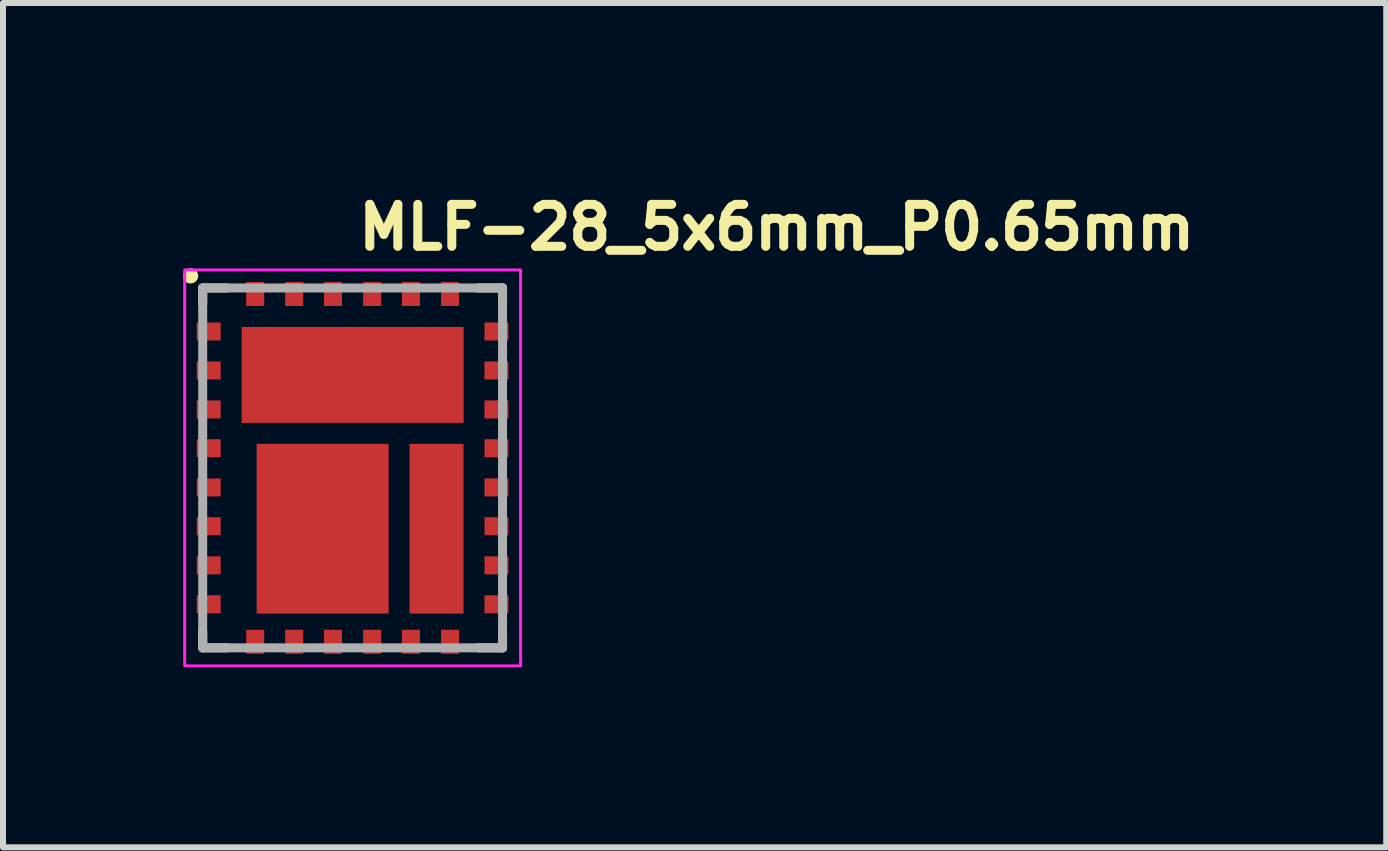
<source format=kicad_pcb>
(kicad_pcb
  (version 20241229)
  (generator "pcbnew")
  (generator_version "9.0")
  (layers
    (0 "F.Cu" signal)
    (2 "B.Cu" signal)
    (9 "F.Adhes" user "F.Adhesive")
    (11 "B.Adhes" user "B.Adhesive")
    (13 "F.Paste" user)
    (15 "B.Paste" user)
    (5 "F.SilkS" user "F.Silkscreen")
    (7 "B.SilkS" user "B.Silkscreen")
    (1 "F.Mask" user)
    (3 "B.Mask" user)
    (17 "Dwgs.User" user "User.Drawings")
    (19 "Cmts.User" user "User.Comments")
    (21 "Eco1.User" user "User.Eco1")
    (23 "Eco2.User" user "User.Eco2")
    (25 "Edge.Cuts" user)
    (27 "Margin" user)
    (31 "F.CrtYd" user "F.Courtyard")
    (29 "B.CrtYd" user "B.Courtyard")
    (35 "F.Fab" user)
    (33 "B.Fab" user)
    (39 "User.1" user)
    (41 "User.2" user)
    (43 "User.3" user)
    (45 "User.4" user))
  (footprint "MLF-28_5x6mm_P0.65mm"
    (layer "F.Cu")
    (at 2.829 4.751)
    (property "Reference" "MLF-28_5x6mm_P0.65mm" (at 0.021 -3.601 0) (layer "F.SilkS") (effects (font (size 0.7 0.7) (thickness 0.15)) (justify left bottom)))
    (attr smd)
    (fp_line (start -2.5 -3) (end -2.09 -3) (stroke (width 0.15) (type solid)) (layer "F.SilkS"))
    (fp_line (start -2.5 -2.73) (end -2.5 -3) (stroke (width 0.15) (type solid)) (layer "F.SilkS"))
    (fp_line (start -2.5 2.999) (end -2.5 2.729) (stroke (width 0.15) (type solid)) (layer "F.SilkS"))
    (fp_line (start -2.5 2.999) (end -2.09 2.999) (stroke (width 0.15) (type solid)) (layer "F.SilkS"))
    (fp_line (start 2.088 -3) (end 2.499 -3) (stroke (width 0.15) (type solid)) (layer "F.SilkS"))
    (fp_line (start 2.088 2.999) (end 2.499 2.999) (stroke (width 0.15) (type solid)) (layer "F.SilkS"))
    (fp_line (start 2.499 -2.73) (end 2.499 -3) (stroke (width 0.15) (type solid)) (layer "F.SilkS"))
    (fp_line (start 2.499 2.999) (end 2.499 2.729) (stroke (width 0.15) (type solid)) (layer "F.SilkS"))
    (fp_circle (center -2.702 -3.202) (end -2.65 -3.202) (stroke (width 0.15) (type solid)) (fill yes) (layer "F.SilkS"))
    (fp_poly (pts (xy -1.651 -2.15) (xy -0.103 -2.15) (xy -0.103 -0.951) (xy -1.651 -0.951)) (stroke (width 0.01) (type solid)) (fill yes) (layer "F.Paste"))
    (fp_poly (pts (xy -1.555 -0.198) (xy -0.755 -0.198) (xy -0.755 0.915) (xy -1.555 0.915)) (stroke (width 0.01) (type solid)) (fill yes) (layer "F.Paste"))
    (fp_poly (pts (xy -1.555 1.114) (xy -0.755 1.114) (xy -0.755 2.225) (xy -1.555 2.225)) (stroke (width 0.01) (type solid)) (fill yes) (layer "F.Paste"))
    (fp_poly (pts (xy -0.245 -0.198) (xy 0.555 -0.198) (xy 0.555 0.915) (xy -0.245 0.915)) (stroke (width 0.01) (type solid)) (fill yes) (layer "F.Paste"))
    (fp_poly (pts (xy -0.245 1.114) (xy 0.555 1.114) (xy 0.555 2.225) (xy -0.245 2.225)) (stroke (width 0.01) (type solid)) (fill yes) (layer "F.Paste"))
    (fp_poly (pts (xy 0.1 -2.15) (xy 1.648 -2.15) (xy 1.648 -0.951) (xy 0.1 -0.951)) (stroke (width 0.01) (type solid)) (fill yes) (layer "F.Paste"))
    (fp_poly (pts (xy 1.148 -0.198) (xy 1.648 -0.198) (xy 1.648 0.915) (xy 1.148 0.915)) (stroke (width 0.01) (type solid)) (fill yes) (layer "F.Paste"))
    (fp_poly (pts (xy 1.148 1.114) (xy 1.648 1.114) (xy 1.648 2.225) (xy 1.148 2.225)) (stroke (width 0.01) (type solid)) (fill yes) (layer "F.Paste"))
    (fp_rect (start -2.8 -3.3) (end 2.8 3.3) (stroke (width 0.05) (type solid)) (fill no) (layer "F.CrtYd"))
    (fp_line (start -2.5 -3) (end 2.499 -3) (stroke (width 0.15) (type solid)) (layer "F.Fab"))
    (fp_line (start -2.5 2.999) (end -2.5 -3) (stroke (width 0.15) (type solid)) (layer "F.Fab"))
    (fp_line (start 2.499 -3) (end 2.499 2.999) (stroke (width 0.15) (type solid)) (layer "F.Fab"))
    (fp_line (start 2.499 2.999) (end -2.5 2.999) (stroke (width 0.15) (type solid)) (layer "F.Fab"))
    (fp_rect (start -2.5 -3) (end 2.499 2.999) (stroke (width 0.1) (type solid)) (fill no) (layer "User.5"))
    (fp_line (start -2.5 -3) (end -2.5 2.999) (stroke (width 0.02) (type solid)) (layer "User.9"))
    (fp_line (start -2.5 2.999) (end 2.499 2.999) (stroke (width 0.02) (type solid)) (layer "User.9"))
    (fp_line (start -2.105 -2.316) (end -2.105 -2.308) (stroke (width 0.02) (type solid)) (layer "User.9"))
    (fp_line (start -2.105 -2.316) (end -2.105 -2.308) (stroke (width 0.02) (type solid)) (layer "User.9"))
    (fp_line (start -2.105 -2.308) (end -2.105 -2.308) (stroke (width 0.02) (type solid)) (layer "User.9"))
    (fp_line (start -2.105 -2.308) (end -2.105 -2.308) (stroke (width 0.02) (type solid)) (layer "User.9"))
    (fp_line (start -2.105 -2.308) (end -2.105 -2.299) (stroke (width 0.02) (type solid)) (layer "User.9"))
    (fp_line (start -2.105 -2.308) (end -2.105 -2.299) (stroke (width 0.02) (type solid)) (layer "User.9"))
    (fp_line (start -2.105 -2.299) (end -2.104 -2.291) (stroke (width 0.02) (type solid)) (layer "User.9"))
    (fp_line (start -2.105 -2.299) (end -2.104 -2.291) (stroke (width 0.02) (type solid)) (layer "User.9"))
    (fp_line (start -2.104 -2.326) (end -2.105 -2.316) (stroke (width 0.02) (type solid)) (layer "User.9"))
    (fp_line (start -2.104 -2.326) (end -2.105 -2.316) (stroke (width 0.02) (type solid)) (layer "User.9"))
    (fp_line (start -2.104 -2.291) (end -2.102 -2.282) (stroke (width 0.02) (type solid)) (layer "User.9"))
    (fp_line (start -2.104 -2.291) (end -2.102 -2.282) (stroke (width 0.02) (type solid)) (layer "User.9"))
    (fp_line (start -2.102 -2.334) (end -2.104 -2.326) (stroke (width 0.02) (type solid)) (layer "User.9"))
    (fp_line (start -2.102 -2.334) (end -2.104 -2.326) (stroke (width 0.02) (type solid)) (layer "User.9"))
    (fp_line (start -2.102 -2.282) (end -2.101 -2.274) (stroke (width 0.02) (type solid)) (layer "User.9"))
    (fp_line (start -2.102 -2.282) (end -2.101 -2.274) (stroke (width 0.02) (type solid)) (layer "User.9"))
    (fp_line (start -2.101 -2.342) (end -2.102 -2.334) (stroke (width 0.02) (type solid)) (layer "User.9"))
    (fp_line (start -2.101 -2.342) (end -2.102 -2.334) (stroke (width 0.02) (type solid)) (layer "User.9"))
    (fp_line (start -2.101 -2.274) (end -2.1 -2.266) (stroke (width 0.02) (type solid)) (layer "User.9"))
    (fp_line (start -2.101 -2.274) (end -2.1 -2.266) (stroke (width 0.02) (type solid)) (layer "User.9"))
    (fp_line (start -2.1 -2.351) (end -2.101 -2.342) (stroke (width 0.02) (type solid)) (layer "User.9"))
    (fp_line (start -2.1 -2.351) (end -2.101 -2.342) (stroke (width 0.02) (type solid)) (layer "User.9"))
    (fp_line (start -2.1 -2.266) (end -2.097 -2.258) (stroke (width 0.02) (type solid)) (layer "User.9"))
    (fp_line (start -2.1 -2.266) (end -2.097 -2.258) (stroke (width 0.02) (type solid)) (layer "User.9"))
    (fp_line (start -2.097 -2.359) (end -2.1 -2.351) (stroke (width 0.02) (type solid)) (layer "User.9"))
    (fp_line (start -2.097 -2.359) (end -2.1 -2.351) (stroke (width 0.02) (type solid)) (layer "User.9"))
    (fp_line (start -2.097 -2.258) (end -2.094 -2.25) (stroke (width 0.02) (type solid)) (layer "User.9"))
    (fp_line (start -2.097 -2.258) (end -2.094 -2.25) (stroke (width 0.02) (type solid)) (layer "User.9"))
    (fp_line (start -2.094 -2.366) (end -2.097 -2.359) (stroke (width 0.02) (type solid)) (layer "User.9"))
    (fp_line (start -2.094 -2.366) (end -2.097 -2.359) (stroke (width 0.02) (type solid)) (layer "User.9"))
    (fp_line (start -2.094 -2.25) (end -2.092 -2.243) (stroke (width 0.02) (type solid)) (layer "User.9"))
    (fp_line (start -2.094 -2.25) (end -2.092 -2.243) (stroke (width 0.02) (type solid)) (layer "User.9"))
    (fp_line (start -2.092 -2.374) (end -2.094 -2.366) (stroke (width 0.02) (type solid)) (layer "User.9"))
    (fp_line (start -2.092 -2.374) (end -2.094 -2.366) (stroke (width 0.02) (type solid)) (layer "User.9"))
    (fp_line (start -2.092 -2.243) (end -2.089 -2.235) (stroke (width 0.02) (type solid)) (layer "User.9"))
    (fp_line (start -2.092 -2.243) (end -2.089 -2.235) (stroke (width 0.02) (type solid)) (layer "User.9"))
    (fp_line (start -2.089 -2.38) (end -2.092 -2.374) (stroke (width 0.02) (type solid)) (layer "User.9"))
    (fp_line (start -2.089 -2.38) (end -2.092 -2.374) (stroke (width 0.02) (type solid)) (layer "User.9"))
    (fp_line (start -2.089 -2.235) (end -2.085 -2.229) (stroke (width 0.02) (type solid)) (layer "User.9"))
    (fp_line (start -2.089 -2.235) (end -2.085 -2.229) (stroke (width 0.02) (type solid)) (layer "User.9"))
    (fp_line (start -2.085 -2.388) (end -2.089 -2.38) (stroke (width 0.02) (type solid)) (layer "User.9"))
    (fp_line (start -2.085 -2.388) (end -2.089 -2.38) (stroke (width 0.02) (type solid)) (layer "User.9"))
    (fp_line (start -2.085 -2.229) (end -2.081 -2.222) (stroke (width 0.02) (type solid)) (layer "User.9"))
    (fp_line (start -2.085 -2.229) (end -2.081 -2.222) (stroke (width 0.02) (type solid)) (layer "User.9"))
    (fp_line (start -2.081 -2.395) (end -2.085 -2.388) (stroke (width 0.02) (type solid)) (layer "User.9"))
    (fp_line (start -2.081 -2.395) (end -2.085 -2.388) (stroke (width 0.02) (type solid)) (layer "User.9"))
    (fp_line (start -2.081 -2.222) (end -2.077 -2.214) (stroke (width 0.02) (type solid)) (layer "User.9"))
    (fp_line (start -2.081 -2.222) (end -2.077 -2.214) (stroke (width 0.02) (type solid)) (layer "User.9"))
    (fp_line (start -2.077 -2.402) (end -2.081 -2.395) (stroke (width 0.02) (type solid)) (layer "User.9"))
    (fp_line (start -2.077 -2.402) (end -2.081 -2.395) (stroke (width 0.02) (type solid)) (layer "User.9"))
    (fp_line (start -2.077 -2.214) (end -2.072 -2.207) (stroke (width 0.02) (type solid)) (layer "User.9"))
    (fp_line (start -2.077 -2.214) (end -2.072 -2.207) (stroke (width 0.02) (type solid)) (layer "User.9"))
    (fp_line (start -2.072 -2.408) (end -2.077 -2.402) (stroke (width 0.02) (type solid)) (layer "User.9"))
    (fp_line (start -2.072 -2.408) (end -2.077 -2.402) (stroke (width 0.02) (type solid)) (layer "User.9"))
    (fp_line (start -2.072 -2.207) (end -2.066 -2.202) (stroke (width 0.02) (type solid)) (layer "User.9"))
    (fp_line (start -2.072 -2.207) (end -2.066 -2.202) (stroke (width 0.02) (type solid)) (layer "User.9"))
    (fp_line (start -2.066 -2.415) (end -2.072 -2.408) (stroke (width 0.02) (type solid)) (layer "User.9"))
    (fp_line (start -2.066 -2.415) (end -2.072 -2.408) (stroke (width 0.02) (type solid)) (layer "User.9"))
    (fp_line (start -2.066 -2.202) (end -2.061 -2.195) (stroke (width 0.02) (type solid)) (layer "User.9"))
    (fp_line (start -2.066 -2.202) (end -2.061 -2.195) (stroke (width 0.02) (type solid)) (layer "User.9"))
    (fp_line (start -2.061 -2.42) (end -2.066 -2.415) (stroke (width 0.02) (type solid)) (layer "User.9"))
    (fp_line (start -2.061 -2.42) (end -2.066 -2.415) (stroke (width 0.02) (type solid)) (layer "User.9"))
    (fp_line (start -2.061 -2.195) (end -2.056 -2.19) (stroke (width 0.02) (type solid)) (layer "User.9"))
    (fp_line (start -2.061 -2.195) (end -2.056 -2.19) (stroke (width 0.02) (type solid)) (layer "User.9"))
    (fp_line (start -2.056 -2.427) (end -2.061 -2.42) (stroke (width 0.02) (type solid)) (layer "User.9"))
    (fp_line (start -2.056 -2.427) (end -2.061 -2.42) (stroke (width 0.02) (type solid)) (layer "User.9"))
    (fp_line (start -2.056 -2.19) (end -2.05 -2.185) (stroke (width 0.02) (type solid)) (layer "User.9"))
    (fp_line (start -2.056 -2.19) (end -2.05 -2.185) (stroke (width 0.02) (type solid)) (layer "User.9"))
    (fp_line (start -2.05 -2.432) (end -2.056 -2.427) (stroke (width 0.02) (type solid)) (layer "User.9"))
    (fp_line (start -2.05 -2.432) (end -2.056 -2.427) (stroke (width 0.02) (type solid)) (layer "User.9"))
    (fp_line (start -2.05 -2.185) (end -2.044 -2.178) (stroke (width 0.02) (type solid)) (layer "User.9"))
    (fp_line (start -2.05 -2.185) (end -2.044 -2.178) (stroke (width 0.02) (type solid)) (layer "User.9"))
    (fp_line (start -2.044 -2.437) (end -2.05 -2.432) (stroke (width 0.02) (type solid)) (layer "User.9"))
    (fp_line (start -2.044 -2.437) (end -2.05 -2.432) (stroke (width 0.02) (type solid)) (layer "User.9"))
    (fp_line (start -2.044 -2.178) (end -2.037 -2.173) (stroke (width 0.02) (type solid)) (layer "User.9"))
    (fp_line (start -2.044 -2.178) (end -2.037 -2.173) (stroke (width 0.02) (type solid)) (layer "User.9"))
    (fp_line (start -2.037 -2.443) (end -2.044 -2.437) (stroke (width 0.02) (type solid)) (layer "User.9"))
    (fp_line (start -2.037 -2.443) (end -2.044 -2.437) (stroke (width 0.02) (type solid)) (layer "User.9"))
    (fp_line (start -2.037 -2.173) (end -2.032 -2.169) (stroke (width 0.02) (type solid)) (layer "User.9"))
    (fp_line (start -2.037 -2.173) (end -2.032 -2.169) (stroke (width 0.02) (type solid)) (layer "User.9"))
    (fp_line (start -2.032 -2.448) (end -2.037 -2.443) (stroke (width 0.02) (type solid)) (layer "User.9"))
    (fp_line (start -2.032 -2.448) (end -2.037 -2.443) (stroke (width 0.02) (type solid)) (layer "User.9"))
    (fp_line (start -2.032 -2.169) (end -2.024 -2.165) (stroke (width 0.02) (type solid)) (layer "User.9"))
    (fp_line (start -2.032 -2.169) (end -2.024 -2.165) (stroke (width 0.02) (type solid)) (layer "User.9"))
    (fp_line (start -2.024 -2.452) (end -2.032 -2.448) (stroke (width 0.02) (type solid)) (layer "User.9"))
    (fp_line (start -2.024 -2.452) (end -2.032 -2.448) (stroke (width 0.02) (type solid)) (layer "User.9"))
    (fp_line (start -2.024 -2.165) (end -2.017 -2.161) (stroke (width 0.02) (type solid)) (layer "User.9"))
    (fp_line (start -2.024 -2.165) (end -2.017 -2.161) (stroke (width 0.02) (type solid)) (layer "User.9"))
    (fp_line (start -2.017 -2.456) (end -2.024 -2.452) (stroke (width 0.02) (type solid)) (layer "User.9"))
    (fp_line (start -2.017 -2.456) (end -2.024 -2.452) (stroke (width 0.02) (type solid)) (layer "User.9"))
    (fp_line (start -2.017 -2.161) (end -2.011 -2.157) (stroke (width 0.02) (type solid)) (layer "User.9"))
    (fp_line (start -2.017 -2.161) (end -2.011 -2.157) (stroke (width 0.02) (type solid)) (layer "User.9"))
    (fp_line (start -2.011 -2.46) (end -2.017 -2.456) (stroke (width 0.02) (type solid)) (layer "User.9"))
    (fp_line (start -2.011 -2.46) (end -2.017 -2.456) (stroke (width 0.02) (type solid)) (layer "User.9"))
    (fp_line (start -2.011 -2.157) (end -2.003 -2.153) (stroke (width 0.02) (type solid)) (layer "User.9"))
    (fp_line (start -2.011 -2.157) (end -2.003 -2.153) (stroke (width 0.02) (type solid)) (layer "User.9"))
    (fp_line (start -2.003 -2.463) (end -2.011 -2.46) (stroke (width 0.02) (type solid)) (layer "User.9"))
    (fp_line (start -2.003 -2.463) (end -2.011 -2.46) (stroke (width 0.02) (type solid)) (layer "User.9"))
    (fp_line (start -2.003 -2.153) (end -1.996 -2.15) (stroke (width 0.02) (type solid)) (layer "User.9"))
    (fp_line (start -2.003 -2.153) (end -1.996 -2.15) (stroke (width 0.02) (type solid)) (layer "User.9"))
    (fp_line (start -1.996 -2.465) (end -2.003 -2.463) (stroke (width 0.02) (type solid)) (layer "User.9"))
    (fp_line (start -1.996 -2.465) (end -2.003 -2.463) (stroke (width 0.02) (type solid)) (layer "User.9"))
    (fp_line (start -1.996 -2.15) (end -1.988 -2.149) (stroke (width 0.02) (type solid)) (layer "User.9"))
    (fp_line (start -1.996 -2.15) (end -1.988 -2.149) (stroke (width 0.02) (type solid)) (layer "User.9"))
    (fp_line (start -1.988 -2.468) (end -1.996 -2.465) (stroke (width 0.02) (type solid)) (layer "User.9"))
    (fp_line (start -1.988 -2.468) (end -1.996 -2.465) (stroke (width 0.02) (type solid)) (layer "User.9"))
    (fp_line (start -1.988 -2.149) (end -1.98 -2.145) (stroke (width 0.02) (type solid)) (layer "User.9"))
    (fp_line (start -1.988 -2.149) (end -1.98 -2.145) (stroke (width 0.02) (type solid)) (layer "User.9"))
    (fp_line (start -1.98 -2.471) (end -1.988 -2.468) (stroke (width 0.02) (type solid)) (layer "User.9"))
    (fp_line (start -1.98 -2.471) (end -1.988 -2.468) (stroke (width 0.02) (type solid)) (layer "User.9"))
    (fp_line (start -1.98 -2.145) (end -1.972 -2.144) (stroke (width 0.02) (type solid)) (layer "User.9"))
    (fp_line (start -1.98 -2.145) (end -1.972 -2.144) (stroke (width 0.02) (type solid)) (layer "User.9"))
    (fp_line (start -1.972 -2.472) (end -1.98 -2.471) (stroke (width 0.02) (type solid)) (layer "User.9"))
    (fp_line (start -1.972 -2.472) (end -1.98 -2.471) (stroke (width 0.02) (type solid)) (layer "User.9"))
    (fp_line (start -1.972 -2.144) (end -1.964 -2.142) (stroke (width 0.02) (type solid)) (layer "User.9"))
    (fp_line (start -1.972 -2.144) (end -1.964 -2.142) (stroke (width 0.02) (type solid)) (layer "User.9"))
    (fp_line (start -1.964 -2.475) (end -1.972 -2.472) (stroke (width 0.02) (type solid)) (layer "User.9"))
    (fp_line (start -1.964 -2.475) (end -1.972 -2.472) (stroke (width 0.02) (type solid)) (layer "User.9"))
    (fp_line (start -1.964 -2.142) (end -1.954 -2.141) (stroke (width 0.02) (type solid)) (layer "User.9"))
    (fp_line (start -1.964 -2.142) (end -1.954 -2.141) (stroke (width 0.02) (type solid)) (layer "User.9"))
    (fp_line (start -1.954 -2.476) (end -1.964 -2.475) (stroke (width 0.02) (type solid)) (layer "User.9"))
    (fp_line (start -1.954 -2.476) (end -1.964 -2.475) (stroke (width 0.02) (type solid)) (layer "User.9"))
    (fp_line (start -1.954 -2.141) (end -1.946 -2.141) (stroke (width 0.02) (type solid)) (layer "User.9"))
    (fp_line (start -1.954 -2.141) (end -1.946 -2.141) (stroke (width 0.02) (type solid)) (layer "User.9"))
    (fp_line (start -1.946 -2.476) (end -1.954 -2.476) (stroke (width 0.02) (type solid)) (layer "User.9"))
    (fp_line (start -1.946 -2.476) (end -1.954 -2.476) (stroke (width 0.02) (type solid)) (layer "User.9"))
    (fp_line (start -1.946 -2.141) (end -1.938 -2.141) (stroke (width 0.02) (type solid)) (layer "User.9"))
    (fp_line (start -1.946 -2.141) (end -1.938 -2.141) (stroke (width 0.02) (type solid)) (layer "User.9"))
    (fp_line (start -1.938 -2.476) (end -1.946 -2.476) (stroke (width 0.02) (type solid)) (layer "User.9"))
    (fp_line (start -1.938 -2.476) (end -1.946 -2.476) (stroke (width 0.02) (type solid)) (layer "User.9"))
    (fp_line (start -1.938 -2.141) (end -1.928 -2.141) (stroke (width 0.02) (type solid)) (layer "User.9"))
    (fp_line (start -1.938 -2.141) (end -1.928 -2.141) (stroke (width 0.02) (type solid)) (layer "User.9"))
    (fp_line (start -1.928 -2.476) (end -1.938 -2.476) (stroke (width 0.02) (type solid)) (layer "User.9"))
    (fp_line (start -1.928 -2.476) (end -1.938 -2.476) (stroke (width 0.02) (type solid)) (layer "User.9"))
    (fp_line (start -1.928 -2.141) (end -1.92 -2.141) (stroke (width 0.02) (type solid)) (layer "User.9"))
    (fp_line (start -1.928 -2.141) (end -1.92 -2.141) (stroke (width 0.02) (type solid)) (layer "User.9"))
    (fp_line (start -1.92 -2.476) (end -1.928 -2.476) (stroke (width 0.02) (type solid)) (layer "User.9"))
    (fp_line (start -1.92 -2.476) (end -1.928 -2.476) (stroke (width 0.02) (type solid)) (layer "User.9"))
    (fp_line (start -1.92 -2.141) (end -1.913 -2.142) (stroke (width 0.02) (type solid)) (layer "User.9"))
    (fp_line (start -1.92 -2.141) (end -1.913 -2.142) (stroke (width 0.02) (type solid)) (layer "User.9"))
    (fp_line (start -1.913 -2.475) (end -1.92 -2.476) (stroke (width 0.02) (type solid)) (layer "User.9"))
    (fp_line (start -1.913 -2.475) (end -1.92 -2.476) (stroke (width 0.02) (type solid)) (layer "User.9"))
    (fp_line (start -1.913 -2.142) (end -1.903 -2.144) (stroke (width 0.02) (type solid)) (layer "User.9"))
    (fp_line (start -1.913 -2.142) (end -1.903 -2.144) (stroke (width 0.02) (type solid)) (layer "User.9"))
    (fp_line (start -1.903 -2.472) (end -1.913 -2.475) (stroke (width 0.02) (type solid)) (layer "User.9"))
    (fp_line (start -1.903 -2.472) (end -1.913 -2.475) (stroke (width 0.02) (type solid)) (layer "User.9"))
    (fp_line (start -1.903 -2.144) (end -1.895 -2.145) (stroke (width 0.02) (type solid)) (layer "User.9"))
    (fp_line (start -1.903 -2.144) (end -1.895 -2.145) (stroke (width 0.02) (type solid)) (layer "User.9"))
    (fp_line (start -1.895 -2.471) (end -1.903 -2.472) (stroke (width 0.02) (type solid)) (layer "User.9"))
    (fp_line (start -1.895 -2.471) (end -1.903 -2.472) (stroke (width 0.02) (type solid)) (layer "User.9"))
    (fp_line (start -1.895 -2.145) (end -1.887 -2.149) (stroke (width 0.02) (type solid)) (layer "User.9"))
    (fp_line (start -1.895 -2.145) (end -1.887 -2.149) (stroke (width 0.02) (type solid)) (layer "User.9"))
    (fp_line (start -1.887 -2.468) (end -1.895 -2.471) (stroke (width 0.02) (type solid)) (layer "User.9"))
    (fp_line (start -1.887 -2.468) (end -1.895 -2.471) (stroke (width 0.02) (type solid)) (layer "User.9"))
    (fp_line (start -1.887 -2.149) (end -1.881 -2.15) (stroke (width 0.02) (type solid)) (layer "User.9"))
    (fp_line (start -1.887 -2.149) (end -1.881 -2.15) (stroke (width 0.02) (type solid)) (layer "User.9"))
    (fp_line (start -1.881 -2.465) (end -1.887 -2.468) (stroke (width 0.02) (type solid)) (layer "User.9"))
    (fp_line (start -1.881 -2.465) (end -1.887 -2.468) (stroke (width 0.02) (type solid)) (layer "User.9"))
    (fp_line (start -1.881 -2.15) (end -1.873 -2.153) (stroke (width 0.02) (type solid)) (layer "User.9"))
    (fp_line (start -1.881 -2.15) (end -1.873 -2.153) (stroke (width 0.02) (type solid)) (layer "User.9"))
    (fp_line (start -1.873 -2.463) (end -1.881 -2.465) (stroke (width 0.02) (type solid)) (layer "User.9"))
    (fp_line (start -1.873 -2.463) (end -1.881 -2.465) (stroke (width 0.02) (type solid)) (layer "User.9"))
    (fp_line (start -1.873 -2.153) (end -1.865 -2.157) (stroke (width 0.02) (type solid)) (layer "User.9"))
    (fp_line (start -1.873 -2.153) (end -1.865 -2.157) (stroke (width 0.02) (type solid)) (layer "User.9"))
    (fp_line (start -1.865 -2.46) (end -1.873 -2.463) (stroke (width 0.02) (type solid)) (layer "User.9"))
    (fp_line (start -1.865 -2.46) (end -1.873 -2.463) (stroke (width 0.02) (type solid)) (layer "User.9"))
    (fp_line (start -1.865 -2.157) (end -1.857 -2.161) (stroke (width 0.02) (type solid)) (layer "User.9"))
    (fp_line (start -1.865 -2.157) (end -1.857 -2.161) (stroke (width 0.02) (type solid)) (layer "User.9"))
    (fp_line (start -1.857 -2.456) (end -1.865 -2.46) (stroke (width 0.02) (type solid)) (layer "User.9"))
    (fp_line (start -1.857 -2.456) (end -1.865 -2.46) (stroke (width 0.02) (type solid)) (layer "User.9"))
    (fp_line (start -1.857 -2.161) (end -1.851 -2.165) (stroke (width 0.02) (type solid)) (layer "User.9"))
    (fp_line (start -1.857 -2.161) (end -1.851 -2.165) (stroke (width 0.02) (type solid)) (layer "User.9"))
    (fp_line (start -1.851 -2.452) (end -1.857 -2.456) (stroke (width 0.02) (type solid)) (layer "User.9"))
    (fp_line (start -1.851 -2.452) (end -1.857 -2.456) (stroke (width 0.02) (type solid)) (layer "User.9"))
    (fp_line (start -1.851 -2.165) (end -1.845 -2.169) (stroke (width 0.02) (type solid)) (layer "User.9"))
    (fp_line (start -1.851 -2.165) (end -1.845 -2.169) (stroke (width 0.02) (type solid)) (layer "User.9"))
    (fp_line (start -1.845 -2.448) (end -1.851 -2.452) (stroke (width 0.02) (type solid)) (layer "User.9"))
    (fp_line (start -1.845 -2.448) (end -1.851 -2.452) (stroke (width 0.02) (type solid)) (layer "User.9"))
    (fp_line (start -1.845 -2.169) (end -1.837 -2.173) (stroke (width 0.02) (type solid)) (layer "User.9"))
    (fp_line (start -1.845 -2.169) (end -1.837 -2.173) (stroke (width 0.02) (type solid)) (layer "User.9"))
    (fp_line (start -1.837 -2.443) (end -1.845 -2.448) (stroke (width 0.02) (type solid)) (layer "User.9"))
    (fp_line (start -1.837 -2.443) (end -1.845 -2.448) (stroke (width 0.02) (type solid)) (layer "User.9"))
    (fp_line (start -1.837 -2.173) (end -1.831 -2.178) (stroke (width 0.02) (type solid)) (layer "User.9"))
    (fp_line (start -1.837 -2.173) (end -1.831 -2.178) (stroke (width 0.02) (type solid)) (layer "User.9"))
    (fp_line (start -1.831 -2.437) (end -1.837 -2.443) (stroke (width 0.02) (type solid)) (layer "User.9"))
    (fp_line (start -1.831 -2.437) (end -1.837 -2.443) (stroke (width 0.02) (type solid)) (layer "User.9"))
    (fp_line (start -1.831 -2.178) (end -1.825 -2.185) (stroke (width 0.02) (type solid)) (layer "User.9"))
    (fp_line (start -1.831 -2.178) (end -1.825 -2.185) (stroke (width 0.02) (type solid)) (layer "User.9"))
    (fp_line (start -1.825 -2.432) (end -1.831 -2.437) (stroke (width 0.02) (type solid)) (layer "User.9"))
    (fp_line (start -1.825 -2.432) (end -1.831 -2.437) (stroke (width 0.02) (type solid)) (layer "User.9"))
    (fp_line (start -1.825 -2.185) (end -1.819 -2.19) (stroke (width 0.02) (type solid)) (layer "User.9"))
    (fp_line (start -1.825 -2.185) (end -1.819 -2.19) (stroke (width 0.02) (type solid)) (layer "User.9"))
    (fp_line (start -1.819 -2.427) (end -1.825 -2.432) (stroke (width 0.02) (type solid)) (layer "User.9"))
    (fp_line (start -1.819 -2.427) (end -1.825 -2.432) (stroke (width 0.02) (type solid)) (layer "User.9"))
    (fp_line (start -1.819 -2.19) (end -1.813 -2.195) (stroke (width 0.02) (type solid)) (layer "User.9"))
    (fp_line (start -1.819 -2.19) (end -1.813 -2.195) (stroke (width 0.02) (type solid)) (layer "User.9"))
    (fp_line (start -1.813 -2.42) (end -1.819 -2.427) (stroke (width 0.02) (type solid)) (layer "User.9"))
    (fp_line (start -1.813 -2.42) (end -1.819 -2.427) (stroke (width 0.02) (type solid)) (layer "User.9"))
    (fp_line (start -1.813 -2.195) (end -1.809 -2.202) (stroke (width 0.02) (type solid)) (layer "User.9"))
    (fp_line (start -1.813 -2.195) (end -1.809 -2.202) (stroke (width 0.02) (type solid)) (layer "User.9"))
    (fp_line (start -1.809 -2.415) (end -1.813 -2.42) (stroke (width 0.02) (type solid)) (layer "User.9"))
    (fp_line (start -1.809 -2.415) (end -1.813 -2.42) (stroke (width 0.02) (type solid)) (layer "User.9"))
    (fp_line (start -1.809 -2.202) (end -1.803 -2.207) (stroke (width 0.02) (type solid)) (layer "User.9"))
    (fp_line (start -1.809 -2.202) (end -1.803 -2.207) (stroke (width 0.02) (type solid)) (layer "User.9"))
    (fp_line (start -1.803 -2.408) (end -1.809 -2.415) (stroke (width 0.02) (type solid)) (layer "User.9"))
    (fp_line (start -1.803 -2.408) (end -1.809 -2.415) (stroke (width 0.02) (type solid)) (layer "User.9"))
    (fp_line (start -1.803 -2.207) (end -1.799 -2.214) (stroke (width 0.02) (type solid)) (layer "User.9"))
    (fp_line (start -1.803 -2.207) (end -1.799 -2.214) (stroke (width 0.02) (type solid)) (layer "User.9"))
    (fp_line (start -1.799 -2.402) (end -1.803 -2.408) (stroke (width 0.02) (type solid)) (layer "User.9"))
    (fp_line (start -1.799 -2.402) (end -1.803 -2.408) (stroke (width 0.02) (type solid)) (layer "User.9"))
    (fp_line (start -1.799 -2.214) (end -1.795 -2.222) (stroke (width 0.02) (type solid)) (layer "User.9"))
    (fp_line (start -1.799 -2.214) (end -1.795 -2.222) (stroke (width 0.02) (type solid)) (layer "User.9"))
    (fp_line (start -1.795 -2.395) (end -1.799 -2.402) (stroke (width 0.02) (type solid)) (layer "User.9"))
    (fp_line (start -1.795 -2.395) (end -1.799 -2.402) (stroke (width 0.02) (type solid)) (layer "User.9"))
    (fp_line (start -1.795 -2.222) (end -1.79 -2.229) (stroke (width 0.02) (type solid)) (layer "User.9"))
    (fp_line (start -1.795 -2.222) (end -1.79 -2.229) (stroke (width 0.02) (type solid)) (layer "User.9"))
    (fp_line (start -1.79 -2.388) (end -1.795 -2.395) (stroke (width 0.02) (type solid)) (layer "User.9"))
    (fp_line (start -1.79 -2.388) (end -1.795 -2.395) (stroke (width 0.02) (type solid)) (layer "User.9"))
    (fp_line (start -1.79 -2.229) (end -1.786 -2.235) (stroke (width 0.02) (type solid)) (layer "User.9"))
    (fp_line (start -1.79 -2.229) (end -1.786 -2.235) (stroke (width 0.02) (type solid)) (layer "User.9"))
    (fp_line (start -1.786 -2.38) (end -1.79 -2.388) (stroke (width 0.02) (type solid)) (layer "User.9"))
    (fp_line (start -1.786 -2.38) (end -1.79 -2.388) (stroke (width 0.02) (type solid)) (layer "User.9"))
    (fp_line (start -1.786 -2.235) (end -1.784 -2.243) (stroke (width 0.02) (type solid)) (layer "User.9"))
    (fp_line (start -1.786 -2.235) (end -1.784 -2.243) (stroke (width 0.02) (type solid)) (layer "User.9"))
    (fp_line (start -1.784 -2.374) (end -1.786 -2.38) (stroke (width 0.02) (type solid)) (layer "User.9"))
    (fp_line (start -1.784 -2.374) (end -1.786 -2.38) (stroke (width 0.02) (type solid)) (layer "User.9"))
    (fp_line (start -1.784 -2.243) (end -1.78 -2.25) (stroke (width 0.02) (type solid)) (layer "User.9"))
    (fp_line (start -1.784 -2.243) (end -1.78 -2.25) (stroke (width 0.02) (type solid)) (layer "User.9"))
    (fp_line (start -1.78 -2.366) (end -1.784 -2.374) (stroke (width 0.02) (type solid)) (layer "User.9"))
    (fp_line (start -1.78 -2.366) (end -1.784 -2.374) (stroke (width 0.02) (type solid)) (layer "User.9"))
    (fp_line (start -1.78 -2.25) (end -1.778 -2.258) (stroke (width 0.02) (type solid)) (layer "User.9"))
    (fp_line (start -1.78 -2.25) (end -1.778 -2.258) (stroke (width 0.02) (type solid)) (layer "User.9"))
    (fp_line (start -1.778 -2.359) (end -1.78 -2.366) (stroke (width 0.02) (type solid)) (layer "User.9"))
    (fp_line (start -1.778 -2.359) (end -1.78 -2.366) (stroke (width 0.02) (type solid)) (layer "User.9"))
    (fp_line (start -1.778 -2.258) (end -1.776 -2.266) (stroke (width 0.02) (type solid)) (layer "User.9"))
    (fp_line (start -1.778 -2.258) (end -1.776 -2.266) (stroke (width 0.02) (type solid)) (layer "User.9"))
    (fp_line (start -1.776 -2.351) (end -1.778 -2.359) (stroke (width 0.02) (type solid)) (layer "User.9"))
    (fp_line (start -1.776 -2.351) (end -1.778 -2.359) (stroke (width 0.02) (type solid)) (layer "User.9"))
    (fp_line (start -1.776 -2.266) (end -1.774 -2.274) (stroke (width 0.02) (type solid)) (layer "User.9"))
    (fp_line (start -1.776 -2.266) (end -1.774 -2.274) (stroke (width 0.02) (type solid)) (layer "User.9"))
    (fp_line (start -1.774 -2.342) (end -1.776 -2.351) (stroke (width 0.02) (type solid)) (layer "User.9"))
    (fp_line (start -1.774 -2.342) (end -1.776 -2.351) (stroke (width 0.02) (type solid)) (layer "User.9"))
    (fp_line (start -1.774 -2.274) (end -1.772 -2.282) (stroke (width 0.02) (type solid)) (layer "User.9"))
    (fp_line (start -1.774 -2.274) (end -1.772 -2.282) (stroke (width 0.02) (type solid)) (layer "User.9"))
    (fp_line (start -1.772 -2.334) (end -1.774 -2.342) (stroke (width 0.02) (type solid)) (layer "User.9"))
    (fp_line (start -1.772 -2.334) (end -1.774 -2.342) (stroke (width 0.02) (type solid)) (layer "User.9"))
    (fp_line (start -1.772 -2.326) (end -1.772 -2.334) (stroke (width 0.02) (type solid)) (layer "User.9"))
    (fp_line (start -1.772 -2.326) (end -1.772 -2.334) (stroke (width 0.02) (type solid)) (layer "User.9"))
    (fp_line (start -1.772 -2.291) (end -1.77 -2.299) (stroke (width 0.02) (type solid)) (layer "User.9"))
    (fp_line (start -1.772 -2.291) (end -1.77 -2.299) (stroke (width 0.02) (type solid)) (layer "User.9"))
    (fp_line (start -1.772 -2.282) (end -1.772 -2.291) (stroke (width 0.02) (type solid)) (layer "User.9"))
    (fp_line (start -1.772 -2.282) (end -1.772 -2.291) (stroke (width 0.02) (type solid)) (layer "User.9"))
    (fp_line (start -1.77 -2.316) (end -1.772 -2.326) (stroke (width 0.02) (type solid)) (layer "User.9"))
    (fp_line (start -1.77 -2.316) (end -1.772 -2.326) (stroke (width 0.02) (type solid)) (layer "User.9"))
    (fp_line (start -1.77 -2.308) (end -1.77 -2.316) (stroke (width 0.02) (type solid)) (layer "User.9"))
    (fp_line (start -1.77 -2.308) (end -1.77 -2.316) (stroke (width 0.02) (type solid)) (layer "User.9"))
    (fp_line (start -1.77 -2.308) (end -1.77 -2.308) (stroke (width 0.02) (type solid)) (layer "User.9"))
    (fp_line (start -1.77 -2.308) (end -1.77 -2.308) (stroke (width 0.02) (type solid)) (layer "User.9"))
    (fp_line (start -1.77 -2.299) (end -1.77 -2.308) (stroke (width 0.02) (type solid)) (layer "User.9"))
    (fp_line (start -1.77 -2.299) (end -1.77 -2.308) (stroke (width 0.02) (type solid)) (layer "User.9"))
    (fp_line (start 2.499 -3) (end -2.5 -3) (stroke (width 0.02) (type solid)) (layer "User.9"))
    (fp_line (start 2.499 2.999) (end 2.499 -3) (stroke (width 0.02) (type solid)) (layer "User.9"))
    (pad "1" smd rect (at -2.4 -2.275) (size 0.4 0.3) (layers "F.Cu" "F.Mask" "F.Paste"))
    (pad "2" smd rect (at -2.4 -1.625) (size 0.4 0.3) (layers "F.Cu" "F.Mask" "F.Paste"))
    (pad "3" smd rect (at -2.4 -0.975) (size 0.4 0.3) (layers "F.Cu" "F.Mask" "F.Paste"))
    (pad "4" smd rect (at -2.4 -0.328) (size 0.4 0.3) (layers "F.Cu" "F.Mask" "F.Paste"))
    (pad "5" smd rect (at -2.4 0.325) (size 0.4 0.3) (layers "F.Cu" "F.Mask" "F.Paste"))
    (pad "6" smd rect (at -2.4 0.972) (size 0.4 0.3) (layers "F.Cu" "F.Mask" "F.Paste"))
    (pad "7" smd rect (at -2.4 1.624) (size 0.4 0.3) (layers "F.Cu" "F.Mask" "F.Paste"))
    (pad "8" smd rect (at -2.4 2.273) (size 0.4 0.3) (layers "F.Cu" "F.Mask" "F.Paste"))
    (pad "9" smd rect (at -1.625 2.898 90) (size 0.4 0.3) (layers "F.Cu" "F.Mask" "F.Paste"))
    (pad "10" smd rect (at -0.975 2.898 90) (size 0.4 0.3) (layers "F.Cu" "F.Mask" "F.Paste"))
    (pad "11" smd rect (at -0.328 2.898 90) (size 0.4 0.3) (layers "F.Cu" "F.Mask" "F.Paste"))
    (pad "12" smd rect (at 0.325 2.898 90) (size 0.4 0.3) (layers "F.Cu" "F.Mask" "F.Paste"))
    (pad "13" smd rect (at 0.972 2.898 90) (size 0.4 0.3) (layers "F.Cu" "F.Mask" "F.Paste"))
    (pad "14" smd rect (at 1.624 2.898 90) (size 0.4 0.3) (layers "F.Cu" "F.Mask" "F.Paste"))
    (pad "15" smd rect (at 2.398 2.273 180) (size 0.4 0.3) (layers "F.Cu" "F.Mask" "F.Paste"))
    (pad "16" smd rect (at 2.398 1.624 180) (size 0.4 0.3) (layers "F.Cu" "F.Mask" "F.Paste"))
    (pad "17" smd rect (at 2.398 0.972 180) (size 0.4 0.3) (layers "F.Cu" "F.Mask" "F.Paste"))
    (pad "18" smd rect (at 2.398 0.325 180) (size 0.4 0.3) (layers "F.Cu" "F.Mask" "F.Paste"))
    (pad "19" smd rect (at 2.398 -0.328 180) (size 0.4 0.3) (layers "F.Cu" "F.Mask" "F.Paste"))
    (pad "20" smd rect (at 2.398 -0.975 180) (size 0.4 0.3) (layers "F.Cu" "F.Mask" "F.Paste"))
    (pad "21" smd rect (at 2.398 -1.625 180) (size 0.4 0.3) (layers "F.Cu" "F.Mask" "F.Paste"))
    (pad "22" smd rect (at 2.398 -2.275 180) (size 0.4 0.3) (layers "F.Cu" "F.Mask" "F.Paste"))
    (pad "23" smd rect (at 1.624 -2.9 270) (size 0.4 0.3) (layers "F.Cu" "F.Mask" "F.Paste"))
    (pad "24" smd rect (at 0.972 -2.9 270) (size 0.4 0.3) (layers "F.Cu" "F.Mask" "F.Paste"))
    (pad "25" smd rect (at 0.325 -2.9 270) (size 0.4 0.3) (layers "F.Cu" "F.Mask" "F.Paste"))
    (pad "26" smd rect (at -0.328 -2.9 270) (size 0.4 0.3) (layers "F.Cu" "F.Mask" "F.Paste"))
    (pad "27" smd rect (at -0.975 -2.9 270) (size 0.4 0.3) (layers "F.Cu" "F.Mask" "F.Paste"))
    (pad "28" smd rect (at -1.625 -2.9 270) (size 0.4 0.3) (layers "F.Cu" "F.Mask" "F.Paste"))
    (pad "29" smd rect (at 0 -1.551) (size 3.7 1.6) (layers "F.Cu" "F.Mask"))
    (pad "30" smd rect (at -0.5 1.013 90) (size 2.83 2.2) (layers "F.Cu" "F.Mask"))
    (pad "31" smd rect (at 1.398 1.013 90) (size 2.83 0.9) (layers "F.Cu" "F.Mask")))
  (gr_rect
    (start -3 -3)
    (end 20.06 11.076)
    (stroke (width 0.1) (type default))
    (fill no)
    (layer "Edge.Cuts")))
</source>
